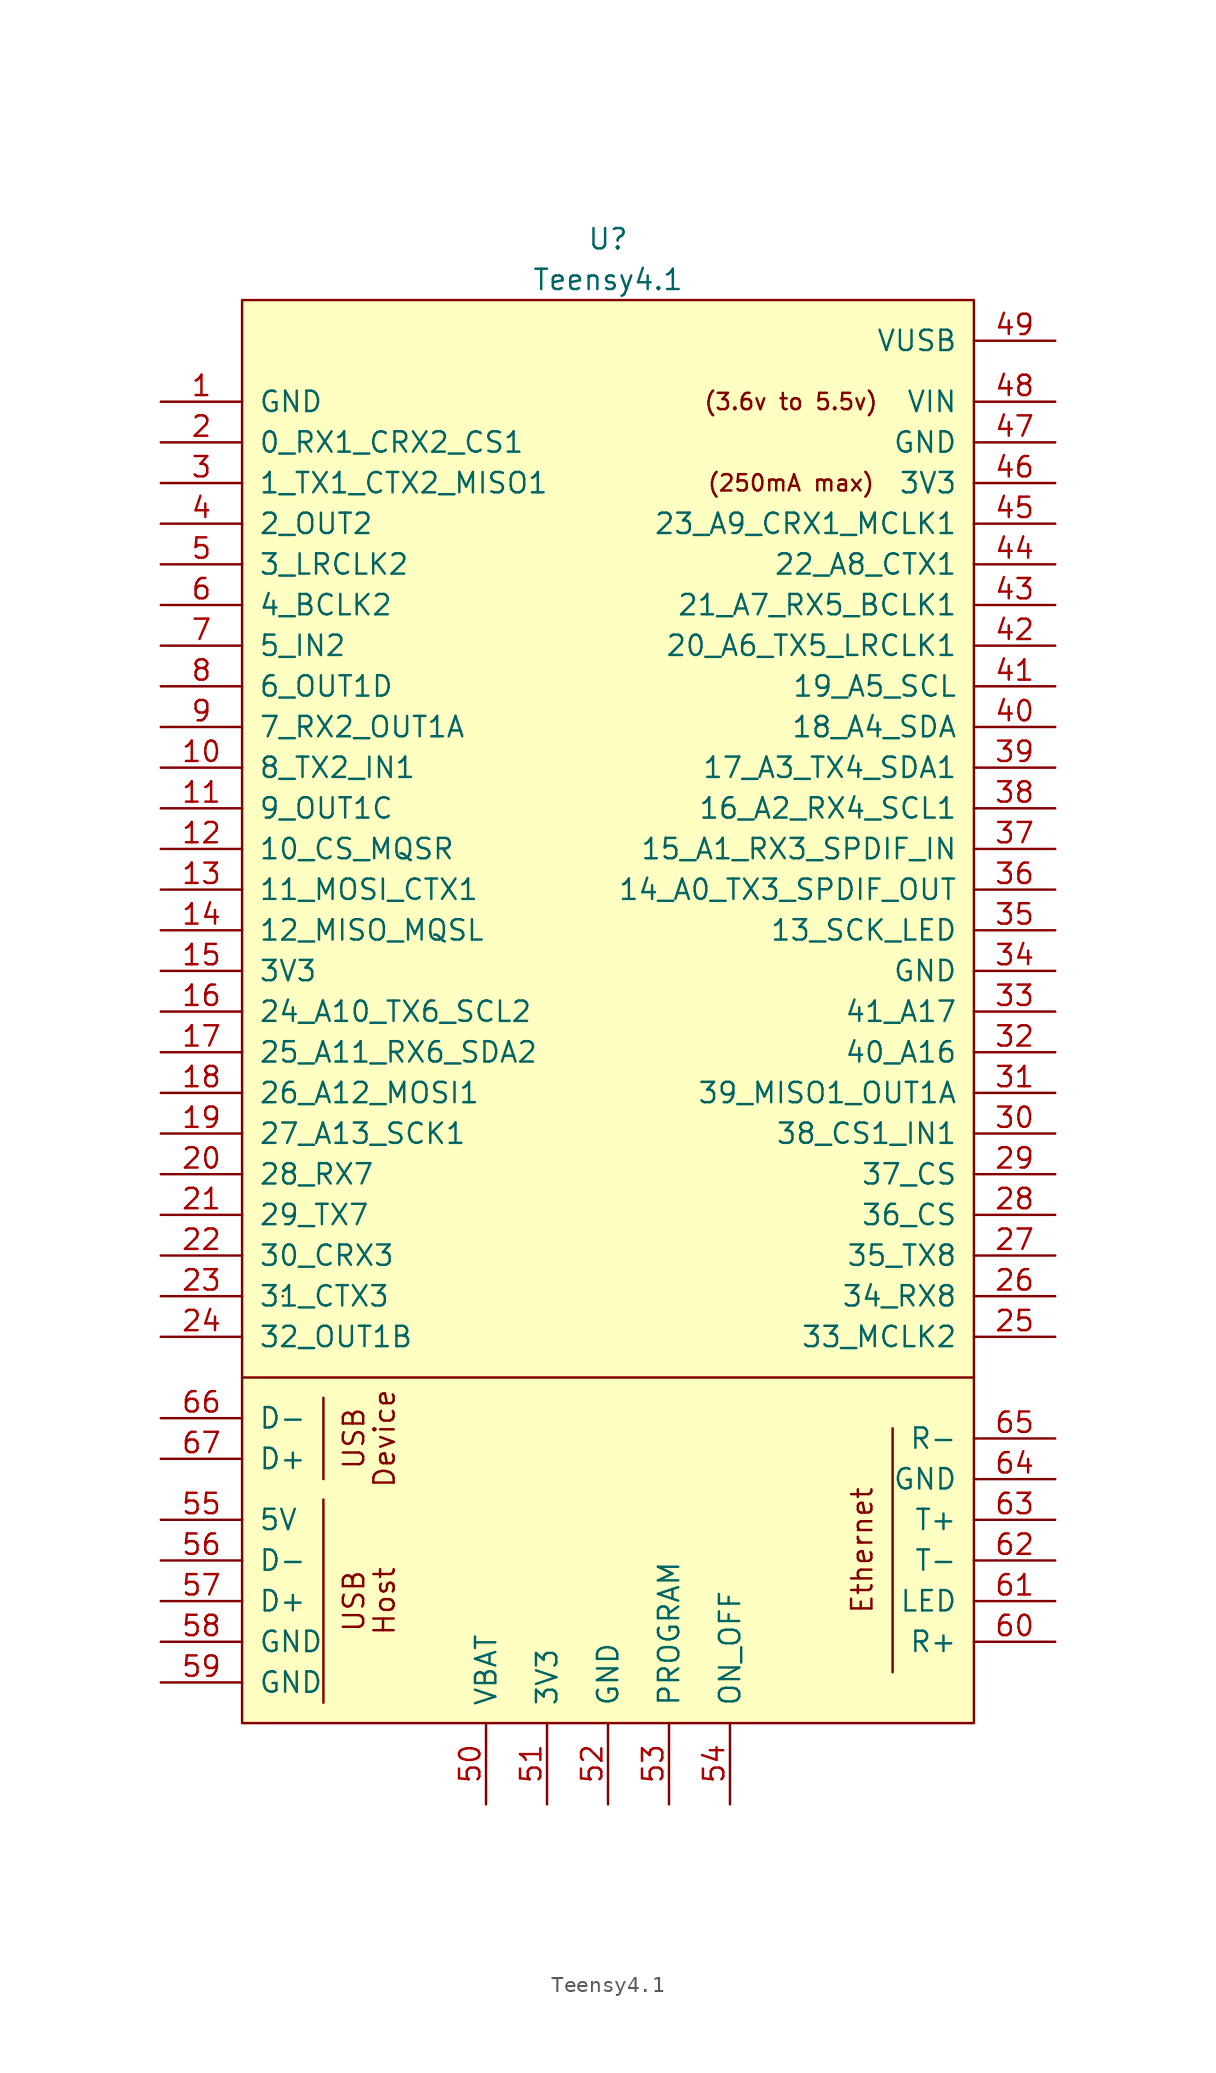
<source format=kicad_sym>
(kicad_symbol_lib
  (version 20220914)
  (generator kicad_symbol_editor)
  (symbol "Teensy4.1"
    (pin_names
      (offset 1.016))
    (property "Reference" "U"
      (at 0 64.77 0)
      (effects (font (size 1.27 1.27))))
    (property "Value" "Teensy4.1"
      (at 0 62.23 0)
      (effects (font (size 1.27 1.27))))
    (symbol "Teensy4.1_0_0"
      (polyline (pts (xy -22.86 -6.35) (xy 22.86 -6.35)) (stroke (width 0) (type solid)) (fill (type none)))
      (polyline (pts (xy -17.78 -26.67) (xy -17.78 -13.97)) (stroke (width 0) (type solid)) (fill (type none)))
      (polyline (pts (xy -17.78 -7.62) (xy -17.78 -12.7)) (stroke (width 0) (type solid)) (fill (type none)))
      (polyline (pts (xy 17.78 -9.525) (xy 17.78 -24.765)) (stroke (width 0) (type solid)) (fill (type none)))
      (text "(250mA max)" (at 11.43 49.53 0) (effects (font (size 1.016 1.016))))
      (text "(3.6v to 5.5v)" (at 11.43 54.61 0) (effects (font (size 1.016 1.016))))
      (text "Device" (at -13.97 -10.16 900) (effects (font (size 1.27 1.27))))
      (text "Ethernet" (at 15.875 -17.145 900) (effects (font (size 1.27 1.27))))
      (text "Host" (at -13.97 -20.32 900) (effects (font (size 1.27 1.27))))
      (text "USB" (at -15.875 -20.32 900) (effects (font (size 1.27 1.27))))
      (text "USB" (at -15.875 -10.16 900) (effects (font (size 1.27 1.27))))
      (pin bidirectional line (at -27.94 31.75 0) (length 5.08) (name "8_TX2_IN1" (effects (font (size 1.27 1.27)))) (number "10" (effects (font (size 1.27 1.27)))))
      (pin bidirectional line (at -27.94 29.21 0) (length 5.08) (name "9_OUT1C" (effects (font (size 1.27 1.27)))) (number "11" (effects (font (size 1.27 1.27)))))
      (pin bidirectional line (at -27.94 26.67 0) (length 5.08) (name "10_CS_MQSR" (effects (font (size 1.27 1.27)))) (number "12" (effects (font (size 1.27 1.27)))))
      (pin bidirectional line (at -27.94 24.13 0) (length 5.08) (name "11_MOSI_CTX1" (effects (font (size 1.27 1.27)))) (number "13" (effects (font (size 1.27 1.27)))))
      (pin bidirectional line (at -27.94 21.59 0) (length 5.08) (name "12_MISO_MQSL" (effects (font (size 1.27 1.27)))) (number "14" (effects (font (size 1.27 1.27)))))
      (pin power_in line (at -27.94 19.05 0) (length 5.08) (name "3V3" (effects (font (size 1.27 1.27)))) (number "15" (effects (font (size 1.27 1.27)))))
      (pin bidirectional line (at -27.94 16.51 0) (length 5.08) (name "24_A10_TX6_SCL2" (effects (font (size 1.27 1.27)))) (number "16" (effects (font (size 1.27 1.27)))))
      (pin bidirectional line (at -27.94 13.97 0) (length 5.08) (name "25_A11_RX6_SDA2" (effects (font (size 1.27 1.27)))) (number "17" (effects (font (size 1.27 1.27)))))
      (pin bidirectional line (at -27.94 11.43 0) (length 5.08) (name "26_A12_MOSI1" (effects (font (size 1.27 1.27)))) (number "18" (effects (font (size 1.27 1.27)))))
      (pin bidirectional line (at -27.94 8.89 0) (length 5.08) (name "27_A13_SCK1" (effects (font (size 1.27 1.27)))) (number "19" (effects (font (size 1.27 1.27)))))
      (pin bidirectional line (at -27.94 6.35 0) (length 5.08) (name "28_RX7" (effects (font (size 1.27 1.27)))) (number "20" (effects (font (size 1.27 1.27)))))
      (pin bidirectional line (at -27.94 3.81 0) (length 5.08) (name "29_TX7" (effects (font (size 1.27 1.27)))) (number "21" (effects (font (size 1.27 1.27)))))
      (pin bidirectional line (at -27.94 1.27 0) (length 5.08) (name "30_CRX3" (effects (font (size 1.27 1.27)))) (number "22" (effects (font (size 1.27 1.27)))))
      (pin bidirectional line (at -27.94 -1.27 0) (length 5.08) (name "31_CTX3" (effects (font (size 1.27 1.27)))) (number "23" (effects (font (size 1.27 1.27)))))
      (pin bidirectional line (at -27.94 -3.81 0) (length 5.08) (name "32_OUT1B" (effects (font (size 1.27 1.27)))) (number "24" (effects (font (size 1.27 1.27)))))
      (pin bidirectional line (at 27.94 -3.81 180) (length 5.08) (name "33_MCLK2" (effects (font (size 1.27 1.27)))) (number "25" (effects (font (size 1.27 1.27)))))
      (pin bidirectional line (at 27.94 -1.27 180) (length 5.08) (name "34_RX8" (effects (font (size 1.27 1.27)))) (number "26" (effects (font (size 1.27 1.27)))))
      (pin bidirectional line (at 27.94 1.27 180) (length 5.08) (name "35_TX8" (effects (font (size 1.27 1.27)))) (number "27" (effects (font (size 1.27 1.27)))))
      (pin bidirectional line (at 27.94 3.81 180) (length 5.08) (name "36_CS" (effects (font (size 1.27 1.27)))) (number "28" (effects (font (size 1.27 1.27)))))
      (pin bidirectional line (at 27.94 6.35 180) (length 5.08) (name "37_CS" (effects (font (size 1.27 1.27)))) (number "29" (effects (font (size 1.27 1.27)))))
      (pin bidirectional line (at 27.94 8.89 180) (length 5.08) (name "38_CS1_IN1" (effects (font (size 1.27 1.27)))) (number "30" (effects (font (size 1.27 1.27)))))
      (pin bidirectional line (at 27.94 11.43 180) (length 5.08) (name "39_MISO1_OUT1A" (effects (font (size 1.27 1.27)))) (number "31" (effects (font (size 1.27 1.27)))))
      (pin bidirectional line (at 27.94 13.97 180) (length 5.08) (name "40_A16" (effects (font (size 1.27 1.27)))) (number "32" (effects (font (size 1.27 1.27)))))
      (pin bidirectional line (at 27.94 16.51 180) (length 5.08) (name "41_A17" (effects (font (size 1.27 1.27)))) (number "33" (effects (font (size 1.27 1.27)))))
      (pin bidirectional line (at 27.94 21.59 180) (length 5.08) (name "13_SCK_LED" (effects (font (size 1.27 1.27)))) (number "35" (effects (font (size 1.27 1.27)))))
      (pin bidirectional line (at 27.94 24.13 180) (length 5.08) (name "14_A0_TX3_SPDIF_OUT" (effects (font (size 1.27 1.27)))) (number "36" (effects (font (size 1.27 1.27)))))
      (pin bidirectional line (at 27.94 26.67 180) (length 5.08) (name "15_A1_RX3_SPDIF_IN" (effects (font (size 1.27 1.27)))) (number "37" (effects (font (size 1.27 1.27)))))
      (pin bidirectional line (at 27.94 29.21 180) (length 5.08) (name "16_A2_RX4_SCL1" (effects (font (size 1.27 1.27)))) (number "38" (effects (font (size 1.27 1.27)))))
      (pin bidirectional line (at 27.94 31.75 180) (length 5.08) (name "17_A3_TX4_SDA1" (effects (font (size 1.27 1.27)))) (number "39" (effects (font (size 1.27 1.27)))))
      (pin bidirectional line (at 27.94 34.29 180) (length 5.08) (name "18_A4_SDA" (effects (font (size 1.27 1.27)))) (number "40" (effects (font (size 1.27 1.27)))))
      (pin bidirectional line (at 27.94 36.83 180) (length 5.08) (name "19_A5_SCL" (effects (font (size 1.27 1.27)))) (number "41" (effects (font (size 1.27 1.27)))))
      (pin bidirectional line (at 27.94 39.37 180) (length 5.08) (name "20_A6_TX5_LRCLK1" (effects (font (size 1.27 1.27)))) (number "42" (effects (font (size 1.27 1.27)))))
      (pin bidirectional line (at 27.94 41.91 180) (length 5.08) (name "21_A7_RX5_BCLK1" (effects (font (size 1.27 1.27)))) (number "43" (effects (font (size 1.27 1.27)))))
      (pin bidirectional line (at 27.94 44.45 180) (length 5.08) (name "22_A8_CTX1" (effects (font (size 1.27 1.27)))) (number "44" (effects (font (size 1.27 1.27)))))
      (pin bidirectional line (at 27.94 46.99 180) (length 5.08) (name "23_A9_CRX1_MCLK1" (effects (font (size 1.27 1.27)))) (number "45" (effects (font (size 1.27 1.27)))))
      (pin power_in line (at 27.94 54.61 180) (length 5.08) (name "VIN" (effects (font (size 1.27 1.27)))) (number "48" (effects (font (size 1.27 1.27)))))
      (pin power_out line (at 27.94 58.42 180) (length 5.08) (name "VUSB" (effects (font (size 1.27 1.27)))) (number "49" (effects (font (size 1.27 1.27)))))
      (pin bidirectional line (at -27.94 44.45 0) (length 5.08) (name "3_LRCLK2" (effects (font (size 1.27 1.27)))) (number "5" (effects (font (size 1.27 1.27)))))
      (pin power_in line (at -7.62 -33.02 90) (length 5.08) (name "VBAT" (effects (font (size 1.27 1.27)))) (number "50" (effects (font (size 1.27 1.27)))))
      (pin power_in line (at -3.81 -33.02 90) (length 5.08) (name "3V3" (effects (font (size 1.27 1.27)))) (number "51" (effects (font (size 1.27 1.27)))))
      (pin input line (at 3.81 -33.02 90) (length 5.08) (name "PROGRAM" (effects (font (size 1.27 1.27)))) (number "53" (effects (font (size 1.27 1.27)))))
      (pin input line (at 7.62 -33.02 90) (length 5.08) (name "ON_OFF" (effects (font (size 1.27 1.27)))) (number "54" (effects (font (size 1.27 1.27)))))
      (pin power_out line (at -27.94 -15.24 0) (length 5.08) (name "5V" (effects (font (size 1.27 1.27)))) (number "55" (effects (font (size 1.27 1.27)))))
      (pin bidirectional line (at -27.94 -17.78 0) (length 5.08) (name "D-" (effects (font (size 1.27 1.27)))) (number "56" (effects (font (size 1.27 1.27)))))
      (pin bidirectional line (at -27.94 -20.32 0) (length 5.08) (name "D+" (effects (font (size 1.27 1.27)))) (number "57" (effects (font (size 1.27 1.27)))))
      (pin power_in line (at -27.94 -22.86 0) (length 5.08) (name "GND" (effects (font (size 1.27 1.27)))) (number "58" (effects (font (size 1.27 1.27)))))
      (pin power_in line (at -27.94 -25.4 0) (length 5.08) (name "GND" (effects (font (size 1.27 1.27)))) (number "59" (effects (font (size 1.27 1.27)))))
      (pin bidirectional line (at -27.94 41.91 0) (length 5.08) (name "4_BCLK2" (effects (font (size 1.27 1.27)))) (number "6" (effects (font (size 1.27 1.27)))))
      (pin bidirectional line (at 27.94 -22.86 180) (length 5.08) (name "R+" (effects (font (size 1.27 1.27)))) (number "60" (effects (font (size 1.27 1.27)))))
      (pin bidirectional line (at 27.94 -20.32 180) (length 5.08) (name "LED" (effects (font (size 1.27 1.27)))) (number "61" (effects (font (size 1.27 1.27)))))
      (pin bidirectional line (at 27.94 -17.78 180) (length 5.08) (name "T-" (effects (font (size 1.27 1.27)))) (number "62" (effects (font (size 1.27 1.27)))))
      (pin bidirectional line (at 27.94 -15.24 180) (length 5.08) (name "T+" (effects (font (size 1.27 1.27)))) (number "63" (effects (font (size 1.27 1.27)))))
      (pin power_in line (at 27.94 -12.7 180) (length 5.08) (name "GND" (effects (font (size 1.27 1.27)))) (number "64" (effects (font (size 1.27 1.27)))))
      (pin bidirectional line (at 27.94 -10.16 180) (length 5.08) (name "R-" (effects (font (size 1.27 1.27)))) (number "65" (effects (font (size 1.27 1.27)))))
      (pin bidirectional line (at -27.94 -8.89 0) (length 5.08) (name "D-" (effects (font (size 1.27 1.27)))) (number "66" (effects (font (size 1.27 1.27)))))
      (pin bidirectional line (at -27.94 -11.43 0) (length 5.08) (name "D+" (effects (font (size 1.27 1.27)))) (number "67" (effects (font (size 1.27 1.27)))))
      (pin bidirectional line (at -27.94 39.37 0) (length 5.08) (name "5_IN2" (effects (font (size 1.27 1.27)))) (number "7" (effects (font (size 1.27 1.27)))))
      (pin bidirectional line (at -27.94 36.83 0) (length 5.08) (name "6_OUT1D" (effects (font (size 1.27 1.27)))) (number "8" (effects (font (size 1.27 1.27)))))
      (pin bidirectional line (at -27.94 34.29 0) (length 5.08) (name "7_RX2_OUT1A" (effects (font (size 1.27 1.27)))) (number "9" (effects (font (size 1.27 1.27))))))
    (symbol "Teensy4.1_0_1"
      (rectangle (start -20.32 -1.27) (end -20.32 -1.27) (stroke (width 0) (type solid)) (fill (type none))))
    (symbol "Teensy4.1_1_0"
      (pin power_out line (at 27.94 49.53 180) (length 5.08) (name "3V3" (effects (font (size 1.27 1.27)))) (number "46" (effects (font (size 1.27 1.27)))))
      (pin power_in line (at 27.94 52.07 180) (length 5.08) (name "GND" (effects (font (size 1.27 1.27)))) (number "47" (effects (font (size 1.27 1.27)))))
      (pin power_in line (at 0 -33.02 90) (length 5.08) (name "GND" (effects (font (size 1.27 1.27)))) (number "52" (effects (font (size 1.27 1.27))))))
    (symbol "Teensy4.1_1_1"
      (rectangle (start -22.86 60.96) (end 22.86 -27.94) (stroke (width 0) (type solid)) (fill (type background)))
      (pin power_in line (at -27.94 54.61 0) (length 5.08) (name "GND" (effects (font (size 1.27 1.27)))) (number "1" (effects (font (size 1.27 1.27)))))
      (pin bidirectional line (at -27.94 52.07 0) (length 5.08) (name "0_RX1_CRX2_CS1" (effects (font (size 1.27 1.27)))) (number "2" (effects (font (size 1.27 1.27)))))
      (pin bidirectional line (at -27.94 49.53 0) (length 5.08) (name "1_TX1_CTX2_MISO1" (effects (font (size 1.27 1.27)))) (number "3" (effects (font (size 1.27 1.27)))))
      (pin power_in line (at 27.94 19.05 180) (length 5.08) (name "GND" (effects (font (size 1.27 1.27)))) (number "34" (effects (font (size 1.27 1.27)))))
      (pin bidirectional line (at -27.94 46.99 0) (length 5.08) (name "2_OUT2" (effects (font (size 1.27 1.27)))) (number "4" (effects (font (size 1.27 1.27))))))))
</source>
